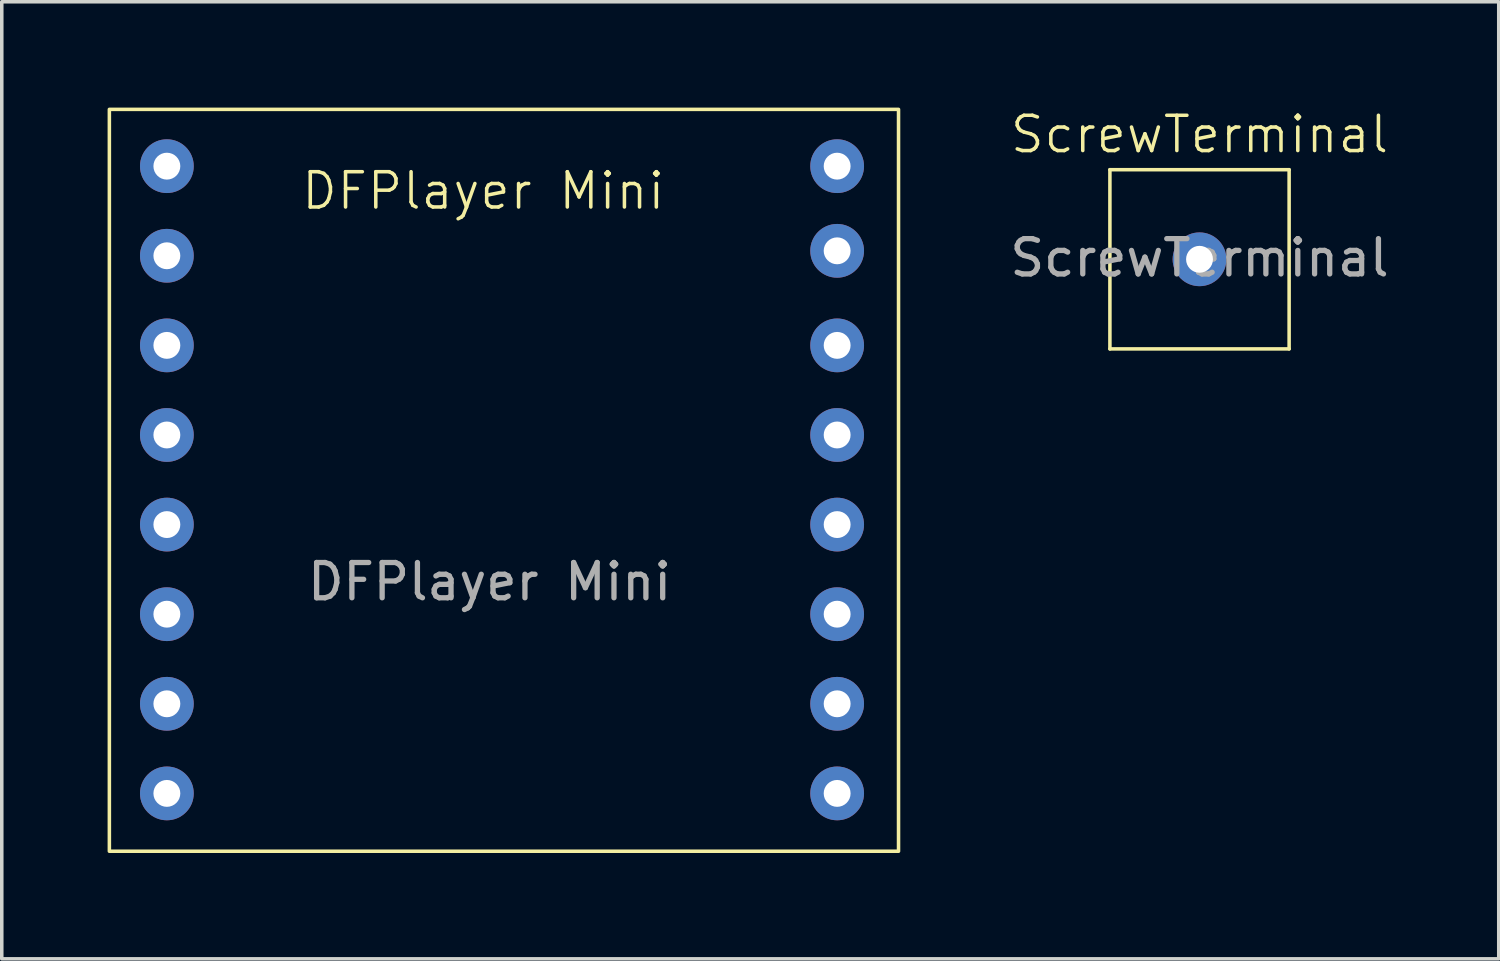
<source format=kicad_pcb>
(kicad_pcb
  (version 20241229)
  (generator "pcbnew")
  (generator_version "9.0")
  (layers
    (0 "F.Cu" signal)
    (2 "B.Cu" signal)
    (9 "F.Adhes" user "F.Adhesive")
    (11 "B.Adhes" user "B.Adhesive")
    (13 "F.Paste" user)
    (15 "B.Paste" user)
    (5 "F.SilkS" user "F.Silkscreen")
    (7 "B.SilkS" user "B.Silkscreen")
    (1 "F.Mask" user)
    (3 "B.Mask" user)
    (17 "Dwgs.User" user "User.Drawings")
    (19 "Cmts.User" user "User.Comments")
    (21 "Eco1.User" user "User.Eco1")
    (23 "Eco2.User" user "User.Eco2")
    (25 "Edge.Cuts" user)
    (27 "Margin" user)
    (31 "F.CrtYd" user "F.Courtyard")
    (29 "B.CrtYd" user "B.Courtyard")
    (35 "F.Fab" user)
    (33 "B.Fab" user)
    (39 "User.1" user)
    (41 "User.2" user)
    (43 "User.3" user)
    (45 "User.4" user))
  (footprint "DFPlayer Mini"
    (layer "F.Cu")
    (at 10.84 11.02)
    (property "Reference" "DFPlayer Mini" (at -0.19 -8.66 0) (unlocked yes) (layer "F.SilkS") (effects (font (size 1 1) (thickness 0.1))))
    (attr through_hole)
    (fp_rect (start -10.79 -10.97) (end 11.58 10.06) (stroke (width 0.1) (type default)) (fill no) (layer "F.SilkS"))
    (fp_text user "${REFERENCE}" (at -0.01 2.42 0) (unlocked yes) (layer "F.Fab") (effects (font (size 1 1) (thickness 0.15))))
    (pad "1" thru_hole circle (at -9.16 -9.36) (size 1.524 1.524) (drill 0.762) (layers "*.Cu" "*.Mask"))
    (pad "2" thru_hole circle (at -9.16 -6.82) (size 1.524 1.524) (drill 0.762) (layers "*.Cu" "*.Mask"))
    (pad "3" thru_hole circle (at -9.16 -4.28) (size 1.524 1.524) (drill 0.762) (layers "*.Cu" "*.Mask"))
    (pad "4" thru_hole circle (at -9.16 -1.74) (size 1.524 1.524) (drill 0.762) (layers "*.Cu" "*.Mask"))
    (pad "5" thru_hole circle (at -9.16 0.8) (size 1.524 1.524) (drill 0.762) (layers "*.Cu" "*.Mask"))
    (pad "6" thru_hole circle (at -9.16 3.34) (size 1.524 1.524) (drill 0.762) (layers "*.Cu" "*.Mask"))
    (pad "7" thru_hole circle (at -9.16 5.88) (size 1.524 1.524) (drill 0.762) (layers "*.Cu" "*.Mask"))
    (pad "8" thru_hole circle (at -9.16 8.42) (size 1.524 1.524) (drill 0.762) (layers "*.Cu" "*.Mask"))
    (pad "9" thru_hole circle (at 9.84 8.42) (size 1.524 1.524) (drill 0.762) (layers "*.Cu" "*.Mask"))
    (pad "10" thru_hole circle (at 9.84 5.88) (size 1.524 1.524) (drill 0.762) (layers "*.Cu" "*.Mask"))
    (pad "11" thru_hole circle (at 9.84 3.34) (size 1.524 1.524) (drill 0.762) (layers "*.Cu" "*.Mask"))
    (pad "12" thru_hole circle (at 9.84 0.8) (size 1.524 1.524) (drill 0.762) (layers "*.Cu" "*.Mask"))
    (pad "13" thru_hole circle (at 9.84 -1.74) (size 1.524 1.524) (drill 0.762) (layers "*.Cu" "*.Mask"))
    (pad "14" thru_hole circle (at 9.84 -4.28) (size 1.524 1.524) (drill 0.762) (layers "*.Cu" "*.Mask"))
    (pad "15" thru_hole circle (at 9.84 -6.96) (size 1.524 1.524) (drill 0.762) (layers "*.Cu" "*.Mask"))
    (pad "16" thru_hole circle (at 9.84 -9.36) (size 1.524 1.524) (drill 0.762) (layers "*.Cu" "*.Mask")))
  (footprint "ScrewTerminal"
    (layer "F.Cu")
    (at 30.952 1.76)
    (property "Reference" "ScrewTerminal" (at 0 -1 0) (unlocked yes) (layer "F.SilkS") (effects (font (size 1 1) (thickness 0.1))))
    (attr through_hole)
    (fp_line (start -2.54 0) (end 2.54 0) (stroke (width 0.1) (type default)) (layer "F.SilkS"))
    (fp_line (start -2.54 5.08) (end -2.54 0) (stroke (width 0.1) (type default)) (layer "F.SilkS"))
    (fp_line (start 2.54 0) (end 2.54 5.08) (stroke (width 0.1) (type default)) (layer "F.SilkS"))
    (fp_line (start 2.54 5.08) (end -2.54 5.08) (stroke (width 0.1) (type default)) (layer "F.SilkS"))
    (fp_text user "${REFERENCE}" (at 0 2.5 0) (unlocked yes) (layer "F.Fab") (effects (font (size 1 1) (thickness 0.15))))
    (pad "1" thru_hole circle (at 0 2.54) (size 1.524 1.524) (drill 0.762) (layers "*.Cu" "*.Mask")))
  (gr_rect
    (start -3 -3)
    (end 39.434 24.13)
    (stroke (width 0.1) (type default))
    (fill no)
    (layer "Edge.Cuts")))
</source>
